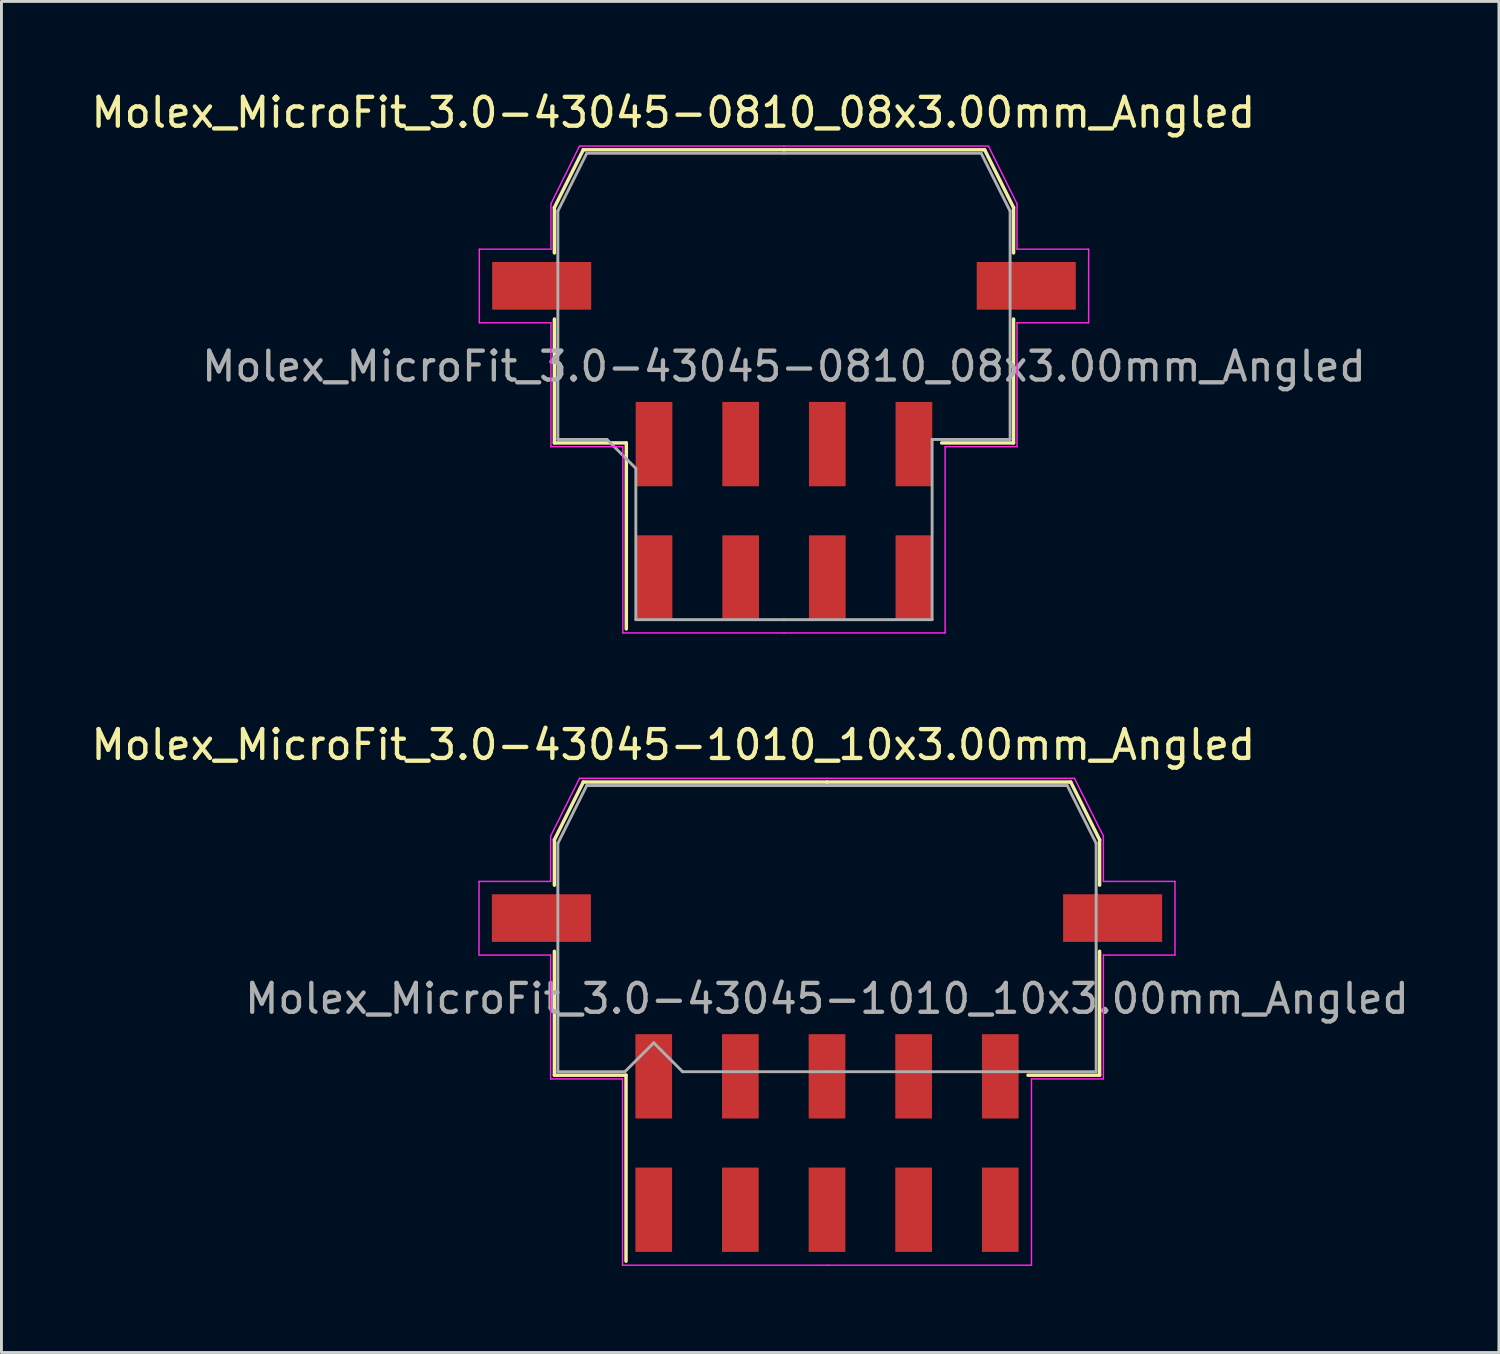
<source format=kicad_pcb>
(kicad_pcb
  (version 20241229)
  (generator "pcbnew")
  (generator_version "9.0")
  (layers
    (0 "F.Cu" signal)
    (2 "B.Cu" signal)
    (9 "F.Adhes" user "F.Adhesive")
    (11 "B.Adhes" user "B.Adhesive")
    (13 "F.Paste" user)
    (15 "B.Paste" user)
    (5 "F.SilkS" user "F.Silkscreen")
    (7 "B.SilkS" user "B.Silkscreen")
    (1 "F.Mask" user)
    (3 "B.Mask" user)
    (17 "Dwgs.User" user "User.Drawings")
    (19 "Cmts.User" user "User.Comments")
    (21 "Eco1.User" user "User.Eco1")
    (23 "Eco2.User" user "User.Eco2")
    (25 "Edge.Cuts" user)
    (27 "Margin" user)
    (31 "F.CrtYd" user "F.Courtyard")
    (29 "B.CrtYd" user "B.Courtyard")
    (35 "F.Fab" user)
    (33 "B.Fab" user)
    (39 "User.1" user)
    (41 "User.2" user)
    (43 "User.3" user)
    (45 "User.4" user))
  (footprint "Molex_MicroFit_3.0-43045-1010_10x3.00mm_Angled"
    (layer "F.Cu")
    (at 25.588 36.532)
    (property "Reference" "Molex_MicroFit_3.0-43045-1010_10x3.00mm_Angled" (at -5.32 -13.79 0) (layer "F.SilkS") (effects (font (size 1 1) (thickness 0.15))))
    (attr smd)
    (fp_line (start -9.44 -10.5) (end -9.44 -8.93) (stroke (width 0.12) (type solid)) (layer "F.SilkS"))
    (fp_line (start -9.44 -6.64) (end -9.44 -2.35) (stroke (width 0.12) (type solid)) (layer "F.SilkS"))
    (fp_line (start -9.44 -2.35) (end -6.96 -2.35) (stroke (width 0.12) (type solid)) (layer "F.SilkS"))
    (fp_line (start -8.44 -12.5) (end -9.44 -10.5) (stroke (width 0.12) (type solid)) (layer "F.SilkS"))
    (fp_line (start -6.96 -2.35) (end -6.96 4.09) (stroke (width 0.12) (type solid)) (layer "F.SilkS"))
    (fp_line (start 0 -12.5) (end -8.44 -12.5) (stroke (width 0.12) (type solid)) (layer "F.SilkS"))
    (fp_line (start 0 -12.5) (end 8.44 -12.5) (stroke (width 0.12) (type solid)) (layer "F.SilkS"))
    (fp_line (start 8.44 -12.5) (end 9.44 -10.5) (stroke (width 0.12) (type solid)) (layer "F.SilkS"))
    (fp_line (start 9.44 -10.5) (end 9.44 -8.93) (stroke (width 0.12) (type solid)) (layer "F.SilkS"))
    (fp_line (start 9.44 -6.64) (end 9.44 -2.35) (stroke (width 0.12) (type solid)) (layer "F.SilkS"))
    (fp_line (start 9.44 -2.35) (end 6.96 -2.35) (stroke (width 0.12) (type solid)) (layer "F.SilkS"))
    (fp_line (start -12.05 -9.06) (end -12.05 -6.51) (stroke (width 0.05) (type solid)) (layer "F.CrtYd"))
    (fp_line (start -12.05 -6.51) (end -9.57 -6.51) (stroke (width 0.05) (type solid)) (layer "F.CrtYd"))
    (fp_line (start -9.57 -10.63) (end -9.57 -9.06) (stroke (width 0.05) (type solid)) (layer "F.CrtYd"))
    (fp_line (start -9.57 -9.06) (end -12.05 -9.06) (stroke (width 0.05) (type solid)) (layer "F.CrtYd"))
    (fp_line (start -9.57 -6.51) (end -9.57 -2.22) (stroke (width 0.05) (type solid)) (layer "F.CrtYd"))
    (fp_line (start -9.57 -2.22) (end -7.08 -2.22) (stroke (width 0.05) (type solid)) (layer "F.CrtYd"))
    (fp_line (start -8.57 -12.63) (end -9.57 -10.63) (stroke (width 0.05) (type solid)) (layer "F.CrtYd"))
    (fp_line (start -7.08 -2.22) (end -7.08 4.23) (stroke (width 0.05) (type solid)) (layer "F.CrtYd"))
    (fp_line (start -7.08 4.23) (end 0 4.23) (stroke (width 0.05) (type solid)) (layer "F.CrtYd"))
    (fp_line (start 0 -12.63) (end -8.57 -12.63) (stroke (width 0.05) (type solid)) (layer "F.CrtYd"))
    (fp_line (start 0 -12.63) (end 8.57 -12.63) (stroke (width 0.05) (type solid)) (layer "F.CrtYd"))
    (fp_line (start 7.08 -2.22) (end 7.08 4.23) (stroke (width 0.05) (type solid)) (layer "F.CrtYd"))
    (fp_line (start 7.08 4.23) (end 0 4.23) (stroke (width 0.05) (type solid)) (layer "F.CrtYd"))
    (fp_line (start 8.57 -12.63) (end 9.57 -10.63) (stroke (width 0.05) (type solid)) (layer "F.CrtYd"))
    (fp_line (start 9.57 -10.63) (end 9.57 -9.06) (stroke (width 0.05) (type solid)) (layer "F.CrtYd"))
    (fp_line (start 9.57 -9.06) (end 12.05 -9.06) (stroke (width 0.05) (type solid)) (layer "F.CrtYd"))
    (fp_line (start 9.57 -6.51) (end 9.57 -2.22) (stroke (width 0.05) (type solid)) (layer "F.CrtYd"))
    (fp_line (start 9.57 -2.22) (end 7.08 -2.22) (stroke (width 0.05) (type solid)) (layer "F.CrtYd"))
    (fp_line (start 12.05 -9.06) (end 12.05 -6.51) (stroke (width 0.05) (type solid)) (layer "F.CrtYd"))
    (fp_line (start 12.05 -6.51) (end 9.57 -6.51) (stroke (width 0.05) (type solid)) (layer "F.CrtYd"))
    (fp_line (start -9.32 -10.38) (end -9.32 -8.61) (stroke (width 0.1) (type solid)) (layer "F.Fab"))
    (fp_line (start -9.32 -8.61) (end -9.32 -2.47) (stroke (width 0.1) (type solid)) (layer "F.Fab"))
    (fp_line (start -9.32 -2.47) (end -7 -2.47) (stroke (width 0.1) (type solid)) (layer "F.Fab"))
    (fp_line (start -8.32 -12.38) (end -9.32 -10.38) (stroke (width 0.1) (type solid)) (layer "F.Fab"))
    (fp_line (start -7 -2.47) (end -6 -3.47) (stroke (width 0.1) (type solid)) (layer "F.Fab"))
    (fp_line (start -6 -3.47) (end -5 -2.47) (stroke (width 0.1) (type solid)) (layer "F.Fab"))
    (fp_line (start -5 -2.47) (end 0 -2.47) (stroke (width 0.1) (type solid)) (layer "F.Fab"))
    (fp_line (start 0 -12.38) (end -8.32 -12.38) (stroke (width 0.1) (type solid)) (layer "F.Fab"))
    (fp_line (start 0 -12.38) (end 8.32 -12.38) (stroke (width 0.1) (type solid)) (layer "F.Fab"))
    (fp_line (start 6.63 -2.47) (end 0 -2.47) (stroke (width 0.1) (type solid)) (layer "F.Fab"))
    (fp_line (start 8.32 -12.38) (end 9.32 -10.38) (stroke (width 0.1) (type solid)) (layer "F.Fab"))
    (fp_line (start 9.32 -10.38) (end 9.32 -8.61) (stroke (width 0.1) (type solid)) (layer "F.Fab"))
    (fp_line (start 9.32 -8.61) (end 9.32 -2.47) (stroke (width 0.1) (type solid)) (layer "F.Fab"))
    (fp_line (start 9.32 -2.47) (end 6.63 -2.47) (stroke (width 0.1) (type solid)) (layer "F.Fab"))
    (fp_text user "${REFERENCE}" (at 0 -5 0) (layer "F.Fab") (effects (font (size 1 1) (thickness 0.15))))
    (pad "" smd rect (at -9.89 -7.79) (size 3.43 1.65) (layers "F.Cu" "F.Mask" "F.Paste"))
    (pad "" smd rect (at 9.89 -7.79) (size 3.43 1.65) (layers "F.Cu" "F.Mask" "F.Paste"))
    (pad "1" smd rect (at -6 -2.31) (size 1.27 2.92) (layers "F.Cu" "F.Mask" "F.Paste"))
    (pad "2" smd rect (at -3 -2.31) (size 1.27 2.92) (layers "F.Cu" "F.Mask" "F.Paste"))
    (pad "3" smd rect (at 0 -2.31) (size 1.27 2.92) (layers "F.Cu" "F.Mask" "F.Paste"))
    (pad "4" smd rect (at 3 -2.31) (size 1.27 2.92) (layers "F.Cu" "F.Mask" "F.Paste"))
    (pad "5" smd rect (at 6 -2.31) (size 1.27 2.92) (layers "F.Cu" "F.Mask" "F.Paste"))
    (pad "6" smd rect (at 6 2.31) (size 1.27 2.92) (layers "F.Cu" "F.Mask" "F.Paste"))
    (pad "7" smd rect (at 3 2.31) (size 1.27 2.92) (layers "F.Cu" "F.Mask" "F.Paste"))
    (pad "8" smd rect (at 0 2.31) (size 1.27 2.92) (layers "F.Cu" "F.Mask" "F.Paste"))
    (pad "9" smd rect (at -3 2.31) (size 1.27 2.92) (layers "F.Cu" "F.Mask" "F.Paste"))
    (pad "10" smd rect (at -6 2.31) (size 1.27 2.92) (layers "F.Cu" "F.Mask" "F.Paste")))
  (footprint "Molex_MicroFit_3.0-43045-0810_08x3.00mm_Angled"
    (layer "F.Cu")
    (at 24.098 14.638)
    (property "Reference" "Molex_MicroFit_3.0-43045-0810_08x3.00mm_Angled" (at -3.83 -13.79 0) (layer "F.SilkS") (effects (font (size 1 1) (thickness 0.15))))
    (attr smd)
    (fp_line (start -7.95 -10.5) (end -7.95 -8.93) (stroke (width 0.12) (type solid)) (layer "F.SilkS"))
    (fp_line (start -7.95 -6.64) (end -7.95 -2.35) (stroke (width 0.12) (type solid)) (layer "F.SilkS"))
    (fp_line (start -7.95 -2.35) (end -5.46 -2.35) (stroke (width 0.12) (type solid)) (layer "F.SilkS"))
    (fp_line (start -6.95 -12.5) (end -7.95 -10.5) (stroke (width 0.12) (type solid)) (layer "F.SilkS"))
    (fp_line (start -5.46 -2.35) (end -5.46 4.09) (stroke (width 0.12) (type solid)) (layer "F.SilkS"))
    (fp_line (start 0 -12.5) (end -6.95 -12.5) (stroke (width 0.12) (type solid)) (layer "F.SilkS"))
    (fp_line (start 0 -12.5) (end 6.95 -12.5) (stroke (width 0.12) (type solid)) (layer "F.SilkS"))
    (fp_line (start 6.95 -12.5) (end 7.95 -10.5) (stroke (width 0.12) (type solid)) (layer "F.SilkS"))
    (fp_line (start 7.95 -10.5) (end 7.95 -8.93) (stroke (width 0.12) (type solid)) (layer "F.SilkS"))
    (fp_line (start 7.95 -6.64) (end 7.95 -2.35) (stroke (width 0.12) (type solid)) (layer "F.SilkS"))
    (fp_line (start 7.95 -2.35) (end 5.46 -2.35) (stroke (width 0.12) (type solid)) (layer "F.SilkS"))
    (fp_line (start -10.55 -9.06) (end -10.55 -6.51) (stroke (width 0.05) (type solid)) (layer "F.CrtYd"))
    (fp_line (start -10.55 -6.51) (end -8.07 -6.51) (stroke (width 0.05) (type solid)) (layer "F.CrtYd"))
    (fp_line (start -8.07 -10.63) (end -8.07 -9.06) (stroke (width 0.05) (type solid)) (layer "F.CrtYd"))
    (fp_line (start -8.07 -9.06) (end -10.55 -9.06) (stroke (width 0.05) (type solid)) (layer "F.CrtYd"))
    (fp_line (start -8.07 -6.51) (end -8.07 -2.22) (stroke (width 0.05) (type solid)) (layer "F.CrtYd"))
    (fp_line (start -8.07 -2.22) (end -5.58 -2.22) (stroke (width 0.05) (type solid)) (layer "F.CrtYd"))
    (fp_line (start -7.08 -12.63) (end -8.07 -10.63) (stroke (width 0.05) (type solid)) (layer "F.CrtYd"))
    (fp_line (start -5.58 -2.22) (end -5.58 4.23) (stroke (width 0.05) (type solid)) (layer "F.CrtYd"))
    (fp_line (start -5.58 4.23) (end 0 4.23) (stroke (width 0.05) (type solid)) (layer "F.CrtYd"))
    (fp_line (start 0 -12.63) (end -7.08 -12.63) (stroke (width 0.05) (type solid)) (layer "F.CrtYd"))
    (fp_line (start 0 -12.63) (end 7.08 -12.63) (stroke (width 0.05) (type solid)) (layer "F.CrtYd"))
    (fp_line (start 5.58 -2.22) (end 5.58 4.23) (stroke (width 0.05) (type solid)) (layer "F.CrtYd"))
    (fp_line (start 5.58 4.23) (end 0 4.23) (stroke (width 0.05) (type solid)) (layer "F.CrtYd"))
    (fp_line (start 7.08 -12.63) (end 8.07 -10.63) (stroke (width 0.05) (type solid)) (layer "F.CrtYd"))
    (fp_line (start 8.07 -10.63) (end 8.07 -9.06) (stroke (width 0.05) (type solid)) (layer "F.CrtYd"))
    (fp_line (start 8.07 -9.06) (end 10.55 -9.06) (stroke (width 0.05) (type solid)) (layer "F.CrtYd"))
    (fp_line (start 8.07 -6.51) (end 8.07 -2.22) (stroke (width 0.05) (type solid)) (layer "F.CrtYd"))
    (fp_line (start 8.07 -2.22) (end 5.58 -2.22) (stroke (width 0.05) (type solid)) (layer "F.CrtYd"))
    (fp_line (start 10.55 -9.06) (end 10.55 -6.51) (stroke (width 0.05) (type solid)) (layer "F.CrtYd"))
    (fp_line (start 10.55 -6.51) (end 8.07 -6.51) (stroke (width 0.05) (type solid)) (layer "F.CrtYd"))
    (fp_line (start -7.83 -10.38) (end -7.83 -8.61) (stroke (width 0.1) (type solid)) (layer "F.Fab"))
    (fp_line (start -7.83 -8.61) (end -7.83 -2.47) (stroke (width 0.1) (type solid)) (layer "F.Fab"))
    (fp_line (start -7.83 -2.47) (end -6.13 -2.47) (stroke (width 0.1) (type solid)) (layer "F.Fab"))
    (fp_line (start -6.83 -12.38) (end -7.83 -10.38) (stroke (width 0.1) (type solid)) (layer "F.Fab"))
    (fp_line (start -6.13 -2.47) (end -5.13 -1.47) (stroke (width 0.1) (type solid)) (layer "F.Fab"))
    (fp_line (start -5.13 -1.47) (end -5.13 3.77) (stroke (width 0.1) (type solid)) (layer "F.Fab"))
    (fp_line (start -5.13 3.77) (end 0 3.77) (stroke (width 0.1) (type solid)) (layer "F.Fab"))
    (fp_line (start 0 -12.38) (end -6.83 -12.38) (stroke (width 0.1) (type solid)) (layer "F.Fab"))
    (fp_line (start 0 -12.38) (end 6.83 -12.38) (stroke (width 0.1) (type solid)) (layer "F.Fab"))
    (fp_line (start 5.13 -2.47) (end 5.13 3.77) (stroke (width 0.1) (type solid)) (layer "F.Fab"))
    (fp_line (start 5.13 3.77) (end 0 3.77) (stroke (width 0.1) (type solid)) (layer "F.Fab"))
    (fp_line (start 6.83 -12.38) (end 7.83 -10.38) (stroke (width 0.1) (type solid)) (layer "F.Fab"))
    (fp_line (start 7.83 -10.38) (end 7.83 -8.61) (stroke (width 0.1) (type solid)) (layer "F.Fab"))
    (fp_line (start 7.83 -8.61) (end 7.83 -2.47) (stroke (width 0.1) (type solid)) (layer "F.Fab"))
    (fp_line (start 7.83 -2.47) (end 5.13 -2.47) (stroke (width 0.1) (type solid)) (layer "F.Fab"))
    (fp_text user "${REFERENCE}" (at 0 -5 0) (layer "F.Fab") (effects (font (size 1 1) (thickness 0.15))))
    (pad "" smd rect (at -8.39 -7.79) (size 3.43 1.65) (layers "F.Cu" "F.Mask" "F.Paste"))
    (pad "" smd rect (at 8.39 -7.79) (size 3.43 1.65) (layers "F.Cu" "F.Mask" "F.Paste"))
    (pad "1" smd rect (at -4.5 -2.31) (size 1.27 2.92) (layers "F.Cu" "F.Mask" "F.Paste"))
    (pad "2" smd rect (at -1.5 -2.31) (size 1.27 2.92) (layers "F.Cu" "F.Mask" "F.Paste"))
    (pad "3" smd rect (at 1.5 -2.31) (size 1.27 2.92) (layers "F.Cu" "F.Mask" "F.Paste"))
    (pad "4" smd rect (at 4.5 -2.31) (size 1.27 2.92) (layers "F.Cu" "F.Mask" "F.Paste"))
    (pad "5" smd rect (at 4.5 2.31) (size 1.27 2.92) (layers "F.Cu" "F.Mask" "F.Paste"))
    (pad "6" smd rect (at 1.5 2.31) (size 1.27 2.92) (layers "F.Cu" "F.Mask" "F.Paste"))
    (pad "7" smd rect (at -1.5 2.31) (size 1.27 2.92) (layers "F.Cu" "F.Mask" "F.Paste"))
    (pad "8" smd rect (at -4.5 2.31) (size 1.27 2.92) (layers "F.Cu" "F.Mask" "F.Paste")))
  (gr_rect
    (start -3 -3)
    (end 48.856 43.786)
    (stroke (width 0.1) (type default))
    (fill no)
    (layer "Edge.Cuts")))
</source>
